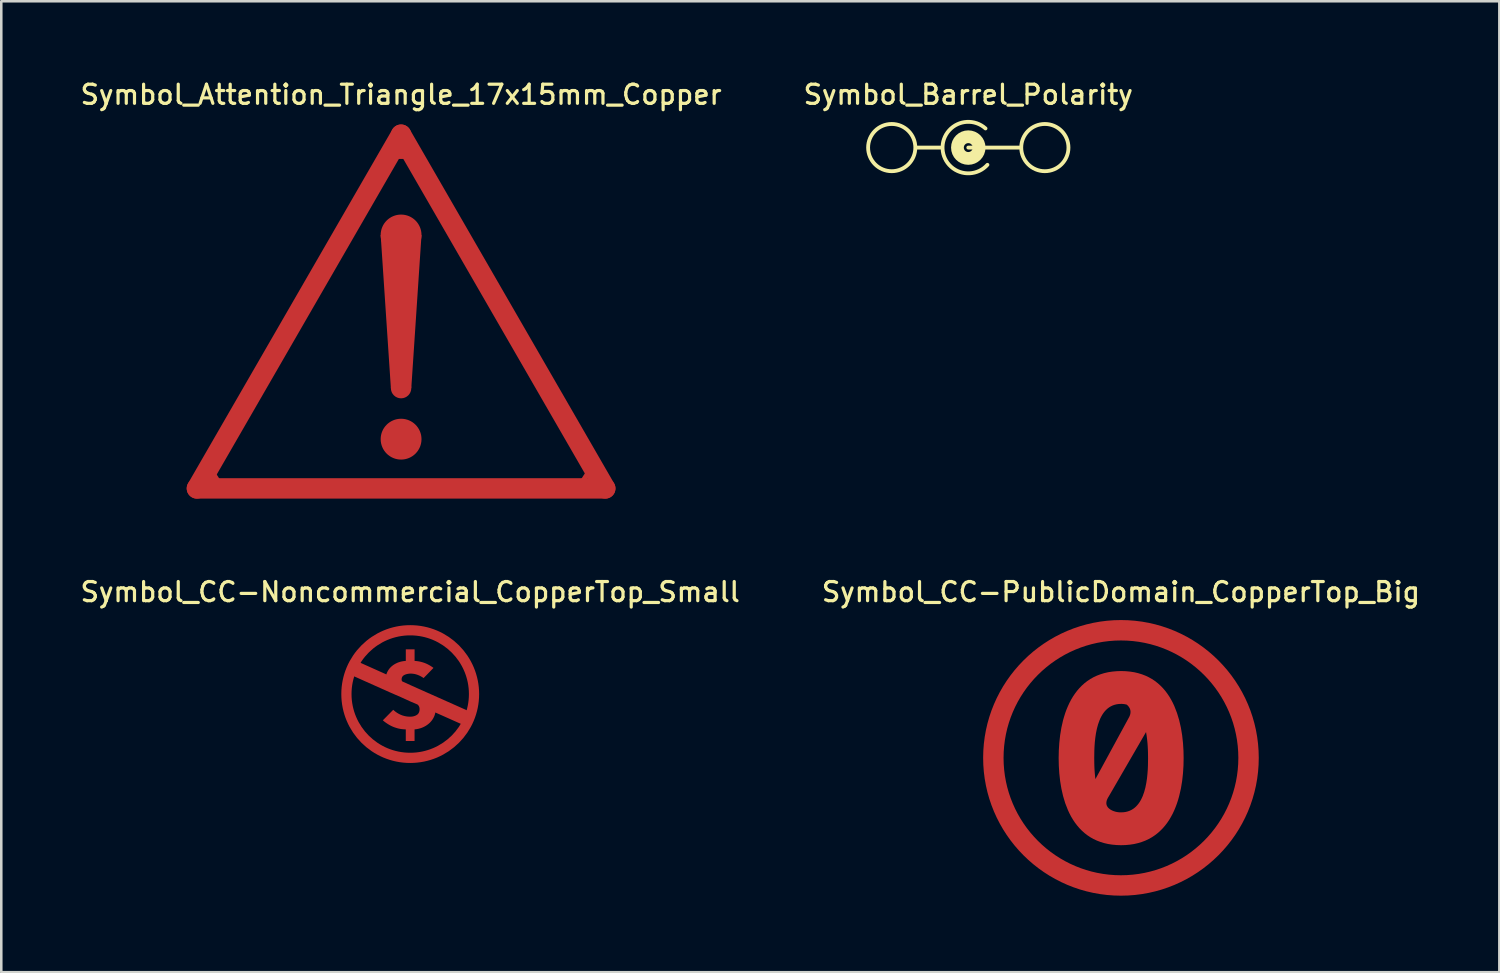
<source format=kicad_pcb>
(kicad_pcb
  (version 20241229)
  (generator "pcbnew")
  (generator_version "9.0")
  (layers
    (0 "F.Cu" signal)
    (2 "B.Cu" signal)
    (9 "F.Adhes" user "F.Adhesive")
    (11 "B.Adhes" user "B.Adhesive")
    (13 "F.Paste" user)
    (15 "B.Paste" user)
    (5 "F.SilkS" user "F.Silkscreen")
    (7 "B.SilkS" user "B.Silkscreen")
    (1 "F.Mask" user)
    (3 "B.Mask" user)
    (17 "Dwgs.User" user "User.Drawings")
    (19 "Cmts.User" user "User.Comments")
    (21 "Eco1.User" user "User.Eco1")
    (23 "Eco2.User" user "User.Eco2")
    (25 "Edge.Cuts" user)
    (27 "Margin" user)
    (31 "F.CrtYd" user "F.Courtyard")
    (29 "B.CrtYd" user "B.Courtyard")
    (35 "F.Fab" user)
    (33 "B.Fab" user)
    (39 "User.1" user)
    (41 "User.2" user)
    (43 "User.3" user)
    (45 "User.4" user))
  (footprint "Symbol_CC-Noncommercial_CopperTop_Small"
    (layer "F.Cu")
    (at 13.023 24.146)
    (property "Reference" "Symbol_CC-Noncommercial_CopperTop_Small" (at 0 -4 0) (layer "F.SilkS") (effects (font (size 0.75 0.75) (thickness 0.125))))
    (attr exclude_from_pos_files exclude_from_bom allow_missing_courtyard)
    (fp_circle (center 0.001 0) (end 2.501 0) (stroke (width 0.4) (type default)) (fill no) (layer "F.Cu"))
    (fp_poly (pts (xy 0.172 -1.299) (xy 0.222 -1.296) (xy 0.272 -1.29) (xy 0.322 -1.283) (xy 0.371 -1.274) (xy 0.419 -1.263) (xy 0.467 -1.25) (xy 0.514 -1.236) (xy 0.561 -1.22) (xy 0.607 -1.202) (xy 0.652 -1.182) (xy 0.697 -1.16) (xy 0.741 -1.136) (xy 0.785 -1.111) (xy 0.828 -1.084) (xy 0.871 -1.055) (xy 0.912 -1.024) (xy 0.526 -0.627) (xy 0.495 -0.648) (xy 0.464 -0.668) (xy 0.432 -0.686) (xy 0.401 -0.703) (xy 0.37 -0.719) (xy 0.338 -0.733) (xy 0.306 -0.746) (xy 0.275 -0.758) (xy 0.243 -0.768) (xy 0.211 -0.777) (xy 0.179 -0.785) (xy 0.147 -0.791) (xy 0.115 -0.795) (xy 0.083 -0.799) (xy 0.051 -0.801) (xy 0.018 -0.802) (xy 0.001 -0.801) (xy -0.016 -0.801) (xy -0.032 -0.8) (xy -0.049 -0.798) (xy -0.065 -0.796) (xy -0.081 -0.794) (xy -0.097 -0.791) (xy -0.112 -0.788) (xy -0.127 -0.785) (xy -0.142 -0.781) (xy -0.157 -0.777) (xy -0.172 -0.772) (xy -0.186 -0.767) (xy -0.2 -0.761) (xy -0.214 -0.755) (xy -0.228 -0.749) (xy -0.235 -0.745) (xy -0.241 -0.742) (xy -0.247 -0.738) (xy -0.253 -0.734) (xy -0.259 -0.73) (xy -0.265 -0.726) (xy -0.27 -0.722) (xy -0.275 -0.718) (xy -0.28 -0.713) (xy -0.285 -0.708) (xy -0.29 -0.704) (xy -0.294 -0.699) (xy -0.298 -0.694) (xy -0.302 -0.688) (xy -0.306 -0.683) (xy -0.309 -0.677) (xy -0.313 -0.672) (xy -0.316 -0.666) (xy -0.318 -0.66) (xy -0.321 -0.654) (xy -0.324 -0.647) (xy -0.326 -0.641) (xy -0.328 -0.634) (xy -0.33 -0.628) (xy -0.331 -0.621) (xy -0.333 -0.614) (xy -0.334 -0.607) (xy -0.335 -0.599) (xy -0.335 -0.592) (xy -0.336 -0.584) (xy -0.336 -0.569) (xy -0.336 -0.564) (xy -0.336 -0.56) (xy -0.335 -0.555) (xy -0.335 -0.55) (xy -0.334 -0.546) (xy -0.333 -0.541) (xy -0.331 -0.536) (xy -0.33 -0.532) (xy -0.328 -0.527) (xy -0.326 -0.523) (xy -0.324 -0.518) (xy -0.322 -0.513) (xy -0.319 -0.509) (xy -0.316 -0.504) (xy -0.313 -0.499) (xy -0.31 -0.495) (xy 0.066 -0.325) (xy 0.325 -0.209) (xy 0.801 0.003) (xy 2.32 0.68) (xy 2.103 1.22) (xy 0.986 0.722) (xy 0.978 0.757) (xy 0.969 0.791) (xy 0.959 0.824) (xy 0.947 0.856) (xy 0.934 0.888) (xy 0.919 0.918) (xy 0.903 0.948) (xy 0.886 0.977) (xy 0.868 1.005) (xy 0.848 1.033) (xy 0.827 1.059) (xy 0.805 1.085) (xy 0.782 1.11) (xy 0.757 1.134) (xy 0.731 1.157) (xy 0.703 1.18) (xy 0.675 1.201) (xy 0.646 1.222) (xy 0.616 1.241) (xy 0.586 1.259) (xy 0.554 1.276) (xy 0.523 1.292) (xy 0.491 1.306) (xy 0.458 1.32) (xy 0.424 1.332) (xy 0.39 1.343) (xy 0.355 1.352) (xy 0.32 1.361) (xy 0.283 1.368) (xy 0.247 1.375) (xy 0.209 1.38) (xy 0.171 1.384) (xy 0.171 1.839) (xy -0.173 1.839) (xy -0.173 1.384) (xy -0.234 1.382) (xy -0.294 1.377) (xy -0.354 1.37) (xy -0.413 1.36) (xy -0.472 1.347) (xy -0.53 1.331) (xy -0.587 1.313) (xy -0.644 1.293) (xy -0.7 1.269) (xy -0.755 1.243) (xy -0.809 1.214) (xy -0.863 1.182) (xy -0.916 1.148) (xy -0.969 1.111) (xy -1.021 1.072) (xy -1.072 1.029) (xy -0.665 0.617) (xy -0.628 0.649) (xy -0.591 0.68) (xy -0.553 0.708) (xy -0.514 0.735) (xy -0.475 0.759) (xy -0.435 0.781) (xy -0.395 0.801) (xy -0.354 0.819) (xy -0.312 0.835) (xy -0.27 0.848) (xy -0.227 0.86) (xy -0.184 0.869) (xy -0.139 0.877) (xy -0.095 0.882) (xy -0.049 0.885) (xy -0.003 0.886) (xy 0.016 0.886) (xy 0.034 0.885) (xy 0.053 0.884) (xy 0.071 0.882) (xy 0.088 0.88) (xy 0.105 0.877) (xy 0.122 0.873) (xy 0.139 0.869) (xy 0.155 0.865) (xy 0.171 0.859) (xy 0.187 0.854) (xy 0.202 0.848) (xy 0.216 0.841) (xy 0.231 0.834) (xy 0.245 0.826) (xy 0.259 0.817) (xy 0.265 0.813) (xy 0.272 0.809) (xy 0.278 0.804) (xy 0.284 0.799) (xy 0.29 0.794) (xy 0.296 0.789) (xy 0.301 0.783) (xy 0.306 0.778) (xy 0.311 0.772) (xy 0.316 0.766) (xy 0.321 0.76) (xy 0.325 0.753) (xy 0.329 0.747) (xy 0.333 0.74) (xy 0.337 0.733) (xy 0.34 0.726) (xy 0.343 0.719) (xy 0.347 0.712) (xy 0.349 0.704) (xy 0.352 0.696) (xy 0.354 0.689) (xy 0.357 0.68) (xy 0.359 0.672) (xy 0.361 0.664) (xy 0.364 0.646) (xy 0.366 0.628) (xy 0.367 0.609) (xy 0.367 0.59) (xy 0.367 0.576) (xy 0.366 0.563) (xy 0.365 0.55) (xy 0.362 0.537) (xy 0.36 0.525) (xy 0.356 0.512) (xy 0.352 0.501) (xy 0.347 0.489) (xy 0.342 0.478) (xy 0.336 0.468) (xy 0.33 0.457) (xy 0.323 0.447) (xy 0.315 0.437) (xy 0.306 0.428) (xy 0.297 0.419) (xy 0.288 0.41) (xy 0.002 0.288) (xy -0.347 0.129) (xy -0.818 -0.077) (xy -2.331 -0.754) (xy -2.067 -1.278) (xy -0.934 -0.77) (xy -0.925 -0.799) (xy -0.914 -0.827) (xy -0.902 -0.854) (xy -0.889 -0.881) (xy -0.875 -0.906) (xy -0.86 -0.932) (xy -0.844 -0.956) (xy -0.827 -0.98) (xy -0.809 -1.003) (xy -0.79 -1.025) (xy -0.77 -1.046) (xy -0.749 -1.067) (xy -0.727 -1.087) (xy -0.703 -1.106) (xy -0.679 -1.125) (xy -0.654 -1.143) (xy -0.628 -1.16) (xy -0.601 -1.176) (xy -0.574 -1.191) (xy -0.546 -1.205) (xy -0.518 -1.218) (xy -0.49 -1.231) (xy -0.46 -1.242) (xy -0.43 -1.252) (xy -0.4 -1.261) (xy -0.369 -1.27) (xy -0.338 -1.277) (xy -0.306 -1.283) (xy -0.273 -1.289) (xy -0.24 -1.293) (xy -0.207 -1.297) (xy -0.172 -1.299) (xy -0.172 -1.754) (xy 0.172 -1.754)) (stroke (width 0) (type solid)) (fill yes) (layer "F.Cu")))
  (footprint "Symbol_Barrel_Polarity"
    (layer "F.Cu")
    (at 34.891 2.658)
    (property "Reference" "Symbol_Barrel_Polarity" (at 0 -2 0) (layer "F.SilkS") (effects (font (size 0.75 0.75) (thickness 0.125))))
    (attr exclude_from_pos_files exclude_from_bom allow_missing_courtyard)
    (fp_line (start -2 0.075) (end -1.1 0.075) (stroke (width 0.15) (type solid)) (layer "F.SilkS"))
    (fp_line (start 0 0.075) (end 2 0.075) (stroke (width 0.15) (type solid)) (layer "F.SilkS"))
    (fp_arc (start 0.75 0.75) (mid -1.007627 0.128033) (end 0.675 -0.675) (stroke (width 0.15) (type solid)) (layer "F.SilkS"))
    (fp_circle (center -3 0.075) (end -3 1) (stroke (width 0.15) (type solid)) (fill no) (layer "F.SilkS"))
    (fp_circle (center 0 0.075) (end 0 0.25) (stroke (width 0.5) (type solid)) (fill no) (layer "F.SilkS"))
    (fp_circle (center 3 0.075) (end 3 1) (stroke (width 0.15) (type solid)) (fill no) (layer "F.SilkS")))
  (footprint "Symbol_CC-PublicDomain_CopperTop_Big"
    (layer "F.Cu")
    (at 40.873 26.646)
    (property "Reference" "Symbol_CC-PublicDomain_CopperTop_Big" (at 0 -6.5 0) (layer "F.SilkS") (effects (font (size 0.75 0.75) (thickness 0.125))))
    (attr exclude_from_pos_files exclude_from_bom allow_missing_courtyard)
    (fp_circle (center 0 0) (end 5 0) (stroke (width 0.8) (type default)) (fill no) (layer "F.Cu"))
    (fp_poly (pts (xy 0.187 -3.396) (xy 0.357 -3.38) (xy 0.52 -3.355) (xy 0.674 -3.319) (xy 0.821 -3.274) (xy 0.96 -3.221) (xy 1.091 -3.159) (xy 1.215 -3.089) (xy 1.332 -3.011) (xy 1.442 -2.926) (xy 1.545 -2.833) (xy 1.642 -2.735) (xy 1.732 -2.63) (xy 1.816 -2.519) (xy 1.894 -2.404) (xy 1.965 -2.283) (xy 2.032 -2.157) (xy 2.092 -2.028) (xy 2.197 -1.757) (xy 2.282 -1.475) (xy 2.349 -1.183) (xy 2.398 -0.886) (xy 2.431 -0.586) (xy 2.45 -0.286) (xy 2.456 0.01) (xy 2.45 0.306) (xy 2.431 0.606) (xy 2.398 0.906) (xy 2.349 1.203) (xy 2.282 1.495) (xy 2.242 1.637) (xy 2.197 1.777) (xy 2.147 1.914) (xy 2.092 2.048) (xy 2.032 2.177) (xy 1.965 2.303) (xy 1.894 2.424) (xy 1.816 2.54) (xy 1.732 2.65) (xy 1.642 2.755) (xy 1.545 2.853) (xy 1.442 2.946) (xy 1.332 3.031) (xy 1.215 3.109) (xy 1.091 3.179) (xy 0.96 3.241) (xy 0.821 3.294) (xy 0.674 3.339) (xy 0.52 3.375) (xy 0.357 3.4) (xy 0.187 3.416) (xy 0.007 3.422) (xy -0.172 3.416) (xy -0.343 3.4) (xy -0.505 3.375) (xy -0.66 3.339) (xy -0.806 3.294) (xy -0.945 3.241) (xy -1.077 3.179) (xy -1.201 3.109) (xy -1.318 3.031) (xy -1.428 2.946) (xy -1.531 2.853) (xy -1.627 2.755) (xy -1.717 2.65) (xy -1.801 2.54) (xy -1.879 2.424) (xy -1.951 2.303) (xy -2.017 2.177) (xy -2.077 2.048) (xy -2.183 1.777) (xy -2.184 1.774) (xy -0.572 1.774) (xy -0.571 1.795) (xy -0.569 1.814) (xy -0.565 1.833) (xy -0.56 1.852) (xy -0.553 1.869) (xy -0.545 1.887) (xy -0.536 1.903) (xy -0.526 1.919) (xy -0.515 1.935) (xy -0.503 1.949) (xy -0.49 1.964) (xy -0.475 1.977) (xy -0.46 1.99) (xy -0.444 2.003) (xy -0.427 2.015) (xy -0.41 2.027) (xy -0.392 2.038) (xy -0.353 2.058) (xy -0.312 2.077) (xy -0.304 2.08) (xy -0.297 2.083) (xy -0.289 2.086) (xy -0.281 2.088) (xy -0.265 2.093) (xy -0.25 2.098) (xy -0.24 2.101) (xy -0.231 2.104) (xy -0.222 2.107) (xy -0.212 2.11) (xy -0.187 2.116) (xy -0.16 2.121) (xy -0.134 2.125) (xy -0.107 2.129) (xy -0.079 2.132) (xy -0.051 2.134) (xy -0.022 2.135) (xy 0.008 2.135) (xy 0.099 2.131) (xy 0.185 2.119) (xy 0.266 2.099) (xy 0.342 2.072) (xy 0.413 2.038) (xy 0.479 1.998) (xy 0.54 1.952) (xy 0.597 1.9) (xy 0.649 1.843) (xy 0.698 1.781) (xy 0.743 1.715) (xy 0.783 1.645) (xy 0.82 1.571) (xy 0.854 1.494) (xy 0.912 1.331) (xy 0.958 1.161) (xy 0.993 0.985) (xy 1.02 0.808) (xy 1.038 0.633) (xy 1.051 0.462) (xy 1.058 0.299) (xy 1.062 0.01) (xy 1.059 -0.212) (xy 1.055 -0.335) (xy 1.048 -0.464) (xy 1.038 -0.598) (xy 1.024 -0.734) (xy 1.006 -0.873) (xy 0.983 -1.011) (xy -0.474 1.504) (xy -0.492 1.533) (xy -0.508 1.56) (xy -0.522 1.587) (xy -0.534 1.613) (xy -0.545 1.638) (xy -0.554 1.662) (xy -0.561 1.686) (xy -0.566 1.709) (xy -0.569 1.732) (xy -0.571 1.753) (xy -0.572 1.774) (xy -2.184 1.774) (xy -2.268 1.495) (xy -2.334 1.203) (xy -2.383 0.906) (xy -2.416 0.606) (xy -2.435 0.306) (xy -2.441 0.01) (xy -2.441 0.01) (xy -1.047 0.01) (xy -1.045 0.189) (xy -1.043 0.287) (xy -1.039 0.39) (xy -1.033 0.497) (xy -1.025 0.607) (xy -1.015 0.718) (xy -1.001 0.832) (xy 0.302 -1.563) (xy 0.314 -1.585) (xy 0.325 -1.606) (xy 0.335 -1.627) (xy 0.343 -1.648) (xy 0.351 -1.668) (xy 0.357 -1.688) (xy 0.363 -1.707) (xy 0.367 -1.726) (xy 0.371 -1.745) (xy 0.373 -1.764) (xy 0.374 -1.782) (xy 0.375 -1.799) (xy 0.375 -1.817) (xy 0.373 -1.834) (xy 0.371 -1.85) (xy 0.368 -1.867) (xy 0.365 -1.883) (xy 0.36 -1.898) (xy 0.355 -1.914) (xy 0.349 -1.929) (xy 0.342 -1.944) (xy 0.334 -1.958) (xy 0.326 -1.972) (xy 0.318 -1.986) (xy 0.308 -1.999) (xy 0.298 -2.013) (xy 0.288 -2.026) (xy 0.277 -2.038) (xy 0.253 -2.063) (xy 0.227 -2.086) (xy 0.202 -2.092) (xy 0.175 -2.098) (xy 0.149 -2.103) (xy 0.122 -2.107) (xy 0.094 -2.11) (xy 0.066 -2.113) (xy 0.037 -2.115) (xy 0.007 -2.115) (xy -0.084 -2.111) (xy -0.17 -2.099) (xy -0.251 -2.079) (xy -0.327 -2.052) (xy -0.398 -2.018) (xy -0.464 -1.978) (xy -0.525 -1.932) (xy -0.582 -1.88) (xy -0.635 -1.823) (xy -0.683 -1.761) (xy -0.728 -1.695) (xy -0.768 -1.625) (xy -0.806 -1.551) (xy -0.839 -1.473) (xy -0.897 -1.311) (xy -0.943 -1.141) (xy -0.979 -0.965) (xy -1.005 -0.788) (xy -1.024 -0.613) (xy -1.036 -0.442) (xy -1.043 -0.279) (xy -1.047 0.01) (xy -2.441 0.01) (xy -2.435 -0.286) (xy -2.416 -0.586) (xy -2.383 -0.886) (xy -2.334 -1.183) (xy -2.268 -1.475) (xy -2.227 -1.617) (xy -2.183 -1.757) (xy -2.133 -1.894) (xy -2.077 -2.028) (xy -2.017 -2.157) (xy -1.951 -2.283) (xy -1.879 -2.404) (xy -1.801 -2.519) (xy -1.717 -2.63) (xy -1.627 -2.735) (xy -1.531 -2.833) (xy -1.428 -2.926) (xy -1.318 -3.011) (xy -1.201 -3.089) (xy -1.077 -3.159) (xy -0.945 -3.221) (xy -0.806 -3.274) (xy -0.66 -3.319) (xy -0.505 -3.355) (xy -0.343 -3.38) (xy -0.172 -3.396) (xy 0.007 -3.402)) (stroke (width 0) (type solid)) (fill yes) (layer "F.Cu")))
  (footprint "Symbol_Attention_Triangle_17x15mm_Copper"
    (layer "F.Cu")
    (at 12.666 9.158)
    (property "Reference" "Symbol_Attention_Triangle_17x15mm_Copper" (at 0 -8.5 0) (layer "F.SilkS") (effects (font (size 0.75 0.75) (thickness 0.125))))
    (attr exclude_from_pos_files exclude_from_bom allow_missing_courtyard)
    (fp_line (start -8 6.93) (end 0 -6.93) (stroke (width 0.8) (type solid)) (layer "F.Cu"))
    (fp_line (start -7.137 6.705) (end -7.403 6.295) (stroke (width 0.2) (type default)) (layer "F.Cu"))
    (fp_line (start -0.27 -6.08) (end 0.25 -6.08) (stroke (width 0.2) (type default)) (layer "F.Cu"))
    (fp_line (start 7.097 6.685) (end 7.363 6.275) (stroke (width 0.2) (type default)) (layer "F.Cu"))
    (fp_line (start 8 6.93) (end -8 6.93) (stroke (width 0.8) (type solid)) (layer "F.Cu"))
    (fp_line (start 8 6.93) (end 0 -6.93) (stroke (width 0.8) (type solid)) (layer "F.Cu"))
    (fp_line (start 8 6.93) (end 7.55 6.15) (stroke (width 0.2) (type default)) (layer "F.Cu"))
    (fp_circle (center 0 -3) (end 0.8 -3) (stroke (width 0) (type solid)) (fill yes) (layer "F.Cu"))
    (fp_circle (center 0 3) (end 0.4 3) (stroke (width 0) (type solid)) (fill yes) (layer "F.Cu"))
    (fp_circle (center 0 5) (end 0.8 5) (stroke (width 0) (type solid)) (fill yes) (layer "F.Cu"))
    (fp_poly (pts (xy -0.4 3) (xy 0.4 3) (xy 0.8 -3) (xy -0.8 -3)) (stroke (width 0) (type solid)) (fill yes) (layer "F.Cu")))
  (gr_rect
    (start -3 -3)
    (end 55.7 35.046)
    (stroke (width 0.1) (type default))
    (fill no)
    (layer "Edge.Cuts")))
</source>
